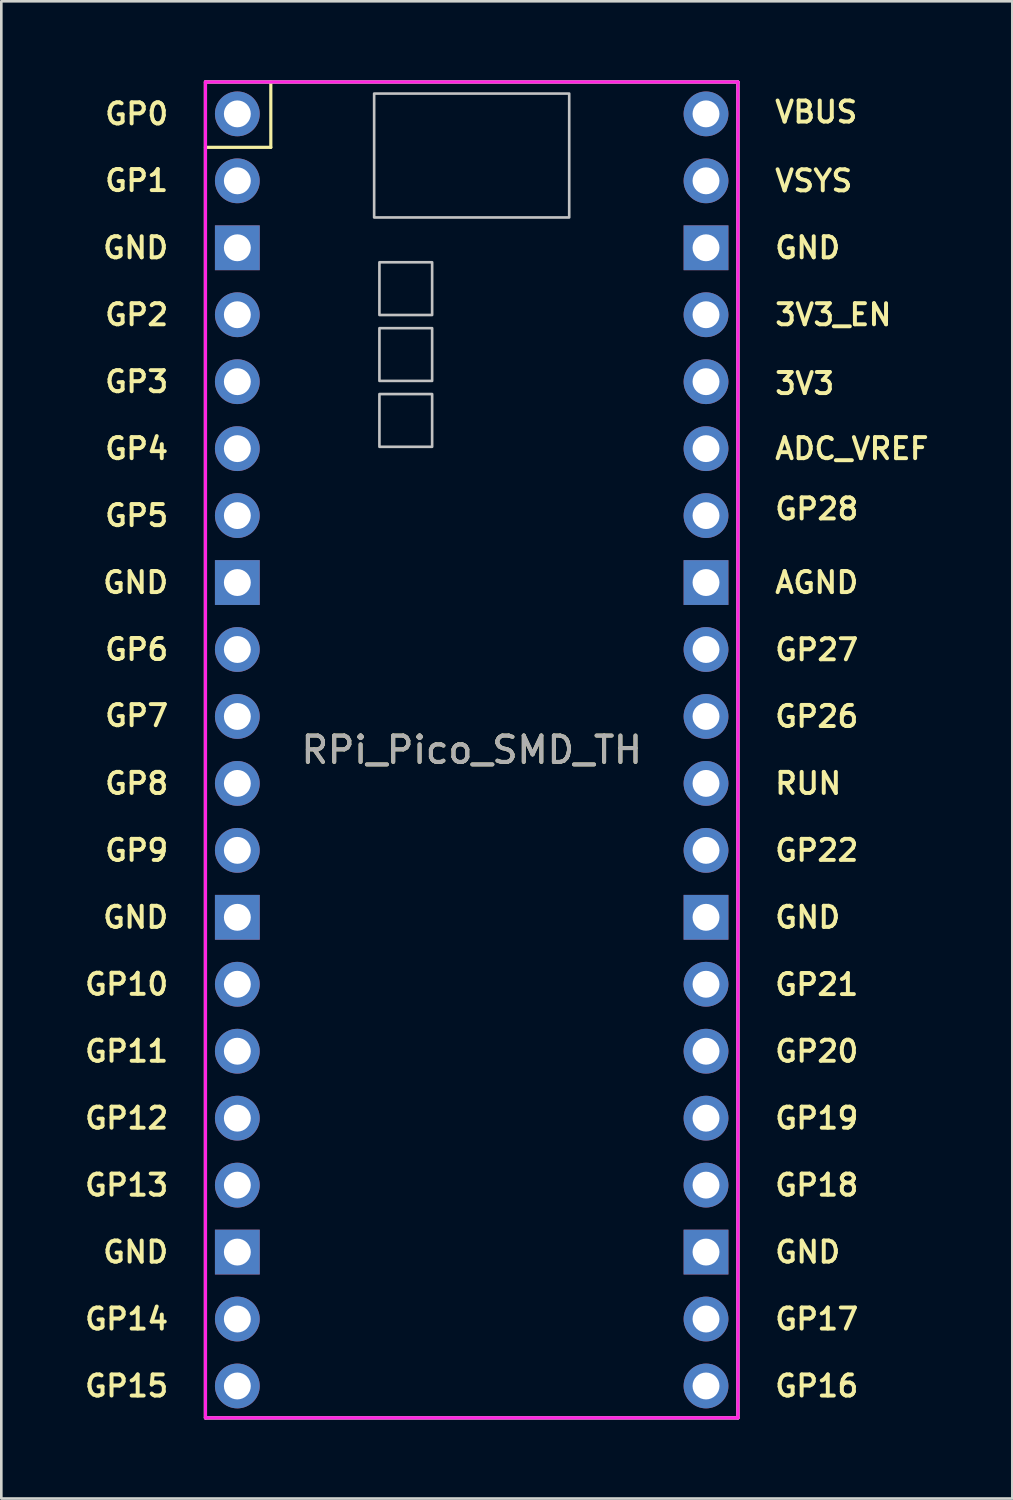
<source format=kicad_pcb>
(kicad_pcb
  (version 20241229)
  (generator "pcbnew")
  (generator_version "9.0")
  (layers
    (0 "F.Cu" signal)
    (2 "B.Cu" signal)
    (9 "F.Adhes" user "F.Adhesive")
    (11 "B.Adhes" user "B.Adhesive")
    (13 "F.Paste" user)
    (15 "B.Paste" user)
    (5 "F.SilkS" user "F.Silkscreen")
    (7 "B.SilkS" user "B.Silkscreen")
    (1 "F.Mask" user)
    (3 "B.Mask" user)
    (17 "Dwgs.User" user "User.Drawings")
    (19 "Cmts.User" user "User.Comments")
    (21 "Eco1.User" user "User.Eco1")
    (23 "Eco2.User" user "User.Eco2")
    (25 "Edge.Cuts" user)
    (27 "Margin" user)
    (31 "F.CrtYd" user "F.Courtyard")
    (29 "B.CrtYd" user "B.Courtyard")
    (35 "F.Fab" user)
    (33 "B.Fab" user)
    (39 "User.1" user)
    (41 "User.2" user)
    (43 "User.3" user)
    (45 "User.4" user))
  (footprint "RPi_Pico_SMD_TH"
    (layer "F.Cu")
    (at 14.844 25.4)
    (property "Reference" "RPi_Pico_SMD_TH" (at 0 0 0) (layer "F.SilkS") (effects (font (size 1 1) (thickness 0.15))))
    (attr through_hole)
    (fp_line (start -10.1 -25.34) (end -10.1 25.34) (stroke (width 0.12) (type solid)) (layer "F.SilkS"))
    (fp_line (start -10.1 -25.34) (end 10.1 -25.34) (stroke (width 0.12) (type solid)) (layer "F.SilkS"))
    (fp_line (start -10.1 -22.86) (end -7.62 -22.86) (stroke (width 0.12) (type solid)) (layer "F.SilkS"))
    (fp_line (start -7.62 -22.86) (end -7.62 -25.34) (stroke (width 0.12) (type solid)) (layer "F.SilkS"))
    (fp_line (start 10.1 -25.34) (end 10.1 25.34) (stroke (width 0.12) (type solid)) (layer "F.SilkS"))
    (fp_line (start 10.1 25.34) (end -10.1 25.34) (stroke (width 0.12) (type solid)) (layer "F.SilkS"))
    (fp_poly (pts (xy -1.5 -16.5) (xy -3.5 -16.5) (xy -3.5 -18.5) (xy -1.5 -18.5)) (stroke (width 0.1) (type solid)) (fill no) (layer "Dwgs.User"))
    (fp_poly (pts (xy -1.5 -14) (xy -3.5 -14) (xy -3.5 -16) (xy -1.5 -16)) (stroke (width 0.1) (type solid)) (fill no) (layer "Dwgs.User"))
    (fp_poly (pts (xy -1.5 -11.5) (xy -3.5 -11.5) (xy -3.5 -13.5) (xy -1.5 -13.5)) (stroke (width 0.1) (type solid)) (fill no) (layer "Dwgs.User"))
    (fp_poly (pts (xy 3.7 -20.2) (xy -3.7 -20.2) (xy -3.7 -24.9) (xy 3.7 -24.9)) (stroke (width 0.1) (type solid)) (fill no) (layer "Dwgs.User"))
    (fp_line (start -10.1 -25.34) (end 10.1 -25.34) (stroke (width 0.12) (type solid)) (layer "F.CrtYd"))
    (fp_line (start -10.1 25.34) (end -10.1 -25.34) (stroke (width 0.12) (type solid)) (layer "F.CrtYd"))
    (fp_line (start 10.1 -25.34) (end 10.1 25.34) (stroke (width 0.12) (type solid)) (layer "F.CrtYd"))
    (fp_line (start 10.1 25.34) (end -10.1 25.34) (stroke (width 0.12) (type solid)) (layer "F.CrtYd"))
    (fp_line (start -10.1 -25.34) (end 10.1 -25.34) (stroke (width 0.12) (type solid)) (layer "F.Fab"))
    (fp_line (start -10.1 25.34) (end -10.1 -25.34) (stroke (width 0.12) (type solid)) (layer "F.Fab"))
    (fp_line (start 10.1 -25.34) (end 10.1 25.34) (stroke (width 0.12) (type solid)) (layer "F.Fab"))
    (fp_line (start 10.1 25.34) (end -10.1 25.34) (stroke (width 0.12) (type solid)) (layer "F.Fab"))
    (fp_text user "GP2" (at -11.43 -16.51 0) (layer "F.SilkS") (effects (font (size 0.8 0.8) (thickness 0.15)) (justify right)))
    (fp_text user "GND" (at -11.43 19.05 0) (layer "F.SilkS") (effects (font (size 0.8 0.8) (thickness 0.15)) (justify right)))
    (fp_text user "GP16" (at 11.43 24.13 0) (layer "F.SilkS") (effects (font (size 0.8 0.8) (thickness 0.15)) (justify left)))
    (fp_text user "GP0" (at -11.43 -24.13 0) (layer "F.SilkS") (effects (font (size 0.8 0.8) (thickness 0.15)) (justify right)))
    (fp_text user "3V3_EN" (at 11.43 -16.51 0) (layer "F.SilkS") (effects (font (size 0.8 0.8) (thickness 0.15)) (justify left)))
    (fp_text user "GP4" (at -11.43 -11.43 0) (layer "F.SilkS") (effects (font (size 0.8 0.8) (thickness 0.15)) (justify right)))
    (fp_text user "VSYS" (at 11.43 -21.59 0) (layer "F.SilkS") (effects (font (size 0.8 0.8) (thickness 0.15)) (justify left)))
    (fp_text user "GND" (at -11.43 -6.35 0) (layer "F.SilkS") (effects (font (size 0.8 0.8) (thickness 0.15)) (justify right)))
    (fp_text user "GP9" (at -11.43 3.81 0) (layer "F.SilkS") (effects (font (size 0.8 0.8) (thickness 0.15)) (justify right)))
    (fp_text user "GP26" (at 11.43 -1.27 0) (layer "F.SilkS") (effects (font (size 0.8 0.8) (thickness 0.15)) (justify left)))
    (fp_text user "GP8" (at -11.43 1.27 0) (layer "F.SilkS") (effects (font (size 0.8 0.8) (thickness 0.15)) (justify right)))
    (fp_text user "VBUS" (at 11.43 -24.2 0) (layer "F.SilkS") (effects (font (size 0.8 0.8) (thickness 0.15)) (justify left)))
    (fp_text user "GP5" (at -11.43 -8.89 0) (layer "F.SilkS") (effects (font (size 0.8 0.8) (thickness 0.15)) (justify right)))
    (fp_text user "GP21" (at 11.43 8.9 0) (layer "F.SilkS") (effects (font (size 0.8 0.8) (thickness 0.15)) (justify left)))
    (fp_text user "GND" (at 11.43 6.35 0) (layer "F.SilkS") (effects (font (size 0.8 0.8) (thickness 0.15)) (justify left)))
    (fp_text user "GP20" (at 11.43 11.43 0) (layer "F.SilkS") (effects (font (size 0.8 0.8) (thickness 0.15)) (justify left)))
    (fp_text user "GP3" (at -11.43 -13.97 0) (layer "F.SilkS") (effects (font (size 0.8 0.8) (thickness 0.15)) (justify right)))
    (fp_text user "RUN" (at 11.43 1.27 0) (layer "F.SilkS") (effects (font (size 0.8 0.8) (thickness 0.15)) (justify left)))
    (fp_text user "ADC_VREF" (at 11.43 -11.43 0) (layer "F.SilkS") (effects (font (size 0.8 0.8) (thickness 0.15)) (justify left)))
    (fp_text user "GP11" (at -11.43 11.43 0) (layer "F.SilkS") (effects (font (size 0.8 0.8) (thickness 0.15)) (justify right)))
    (fp_text user "GP6" (at -11.43 -3.81 0) (layer "F.SilkS") (effects (font (size 0.8 0.8) (thickness 0.15)) (justify right)))
    (fp_text user "AGND" (at 11.43 -6.35 0) (layer "F.SilkS") (effects (font (size 0.8 0.8) (thickness 0.15)) (justify left)))
    (fp_text user "GP12" (at -11.43 13.97 0) (layer "F.SilkS") (effects (font (size 0.8 0.8) (thickness 0.15)) (justify right)))
    (fp_text user "GP1" (at -11.43 -21.6 0) (layer "F.SilkS") (effects (font (size 0.8 0.8) (thickness 0.15)) (justify right)))
    (fp_text user "GP7" (at -11.43 -1.3 0) (layer "F.SilkS") (effects (font (size 0.8 0.8) (thickness 0.15)) (justify right)))
    (fp_text user "GP28" (at 11.43 -9.144 0) (layer "F.SilkS") (effects (font (size 0.8 0.8) (thickness 0.15)) (justify left)))
    (fp_text user "GND" (at 11.43 -19.05 0) (layer "F.SilkS") (effects (font (size 0.8 0.8) (thickness 0.15)) (justify left)))
    (fp_text user "GP22" (at 11.43 3.81 0) (layer "F.SilkS") (effects (font (size 0.8 0.8) (thickness 0.15)) (justify left)))
    (fp_text user "GND" (at -11.43 6.35 0) (layer "F.SilkS") (effects (font (size 0.8 0.8) (thickness 0.15)) (justify right)))
    (fp_text user "GP19" (at 11.43 13.97 0) (layer "F.SilkS") (effects (font (size 0.8 0.8) (thickness 0.15)) (justify left)))
    (fp_text user "GND" (at -11.43 -19.05 0) (layer "F.SilkS") (effects (font (size 0.8 0.8) (thickness 0.15)) (justify right)))
    (fp_text user "GP10" (at -11.43 8.89 0) (layer "F.SilkS") (effects (font (size 0.8 0.8) (thickness 0.15)) (justify right)))
    (fp_text user "GP27" (at 11.43 -3.8 0) (layer "F.SilkS") (effects (font (size 0.8 0.8) (thickness 0.15)) (justify left)))
    (fp_text user "GP14" (at -11.43 21.59 0) (layer "F.SilkS") (effects (font (size 0.8 0.8) (thickness 0.15)) (justify right)))
    (fp_text user "GND" (at 11.43 19.05 0) (layer "F.SilkS") (effects (font (size 0.8 0.8) (thickness 0.15)) (justify left)))
    (fp_text user "GP13" (at -11.43 16.51 0) (layer "F.SilkS") (effects (font (size 0.8 0.8) (thickness 0.15)) (justify right)))
    (fp_text user "GP15" (at -11.43 24.13 0) (layer "F.SilkS") (effects (font (size 0.8 0.8) (thickness 0.15)) (justify right)))
    (fp_text user "GP17" (at 11.43 21.59 0) (layer "F.SilkS") (effects (font (size 0.8 0.8) (thickness 0.15)) (justify left)))
    (fp_text user "GP18" (at 11.43 16.51 0) (layer "F.SilkS") (effects (font (size 0.8 0.8) (thickness 0.15)) (justify left)))
    (fp_text user "3V3" (at 11.43 -13.9 0) (layer "F.SilkS") (effects (font (size 0.8 0.8) (thickness 0.15)) (justify left)))
    (fp_text user "${REFERENCE}" (at 0 0 180) (layer "F.Fab") (effects (font (size 1 1) (thickness 0.15))))
    (pad "1" thru_hole oval (at -8.89 -24.13) (size 1.7 1.7) (drill 1.02) (layers "*.Cu" "*.Mask"))
    (pad "2" thru_hole oval (at -8.89 -21.59) (size 1.7 1.7) (drill 1.02) (layers "*.Cu" "*.Mask"))
    (pad "3" thru_hole rect (at -8.89 -19.05) (size 1.7 1.7) (drill 1.02) (layers "*.Cu" "*.Mask"))
    (pad "4" thru_hole oval (at -8.89 -16.51) (size 1.7 1.7) (drill 1.02) (layers "*.Cu" "*.Mask"))
    (pad "5" thru_hole oval (at -8.89 -13.97) (size 1.7 1.7) (drill 1.02) (layers "*.Cu" "*.Mask"))
    (pad "6" thru_hole oval (at -8.89 -11.43) (size 1.7 1.7) (drill 1.02) (layers "*.Cu" "*.Mask"))
    (pad "7" thru_hole oval (at -8.89 -8.89) (size 1.7 1.7) (drill 1.02) (layers "*.Cu" "*.Mask"))
    (pad "8" thru_hole rect (at -8.89 -6.35) (size 1.7 1.7) (drill 1.02) (layers "*.Cu" "*.Mask"))
    (pad "9" thru_hole oval (at -8.89 -3.81) (size 1.7 1.7) (drill 1.02) (layers "*.Cu" "*.Mask"))
    (pad "10" thru_hole oval (at -8.89 -1.27) (size 1.7 1.7) (drill 1.02) (layers "*.Cu" "*.Mask"))
    (pad "11" thru_hole oval (at -8.89 1.27) (size 1.7 1.7) (drill 1.02) (layers "*.Cu" "*.Mask"))
    (pad "12" thru_hole oval (at -8.89 3.81) (size 1.7 1.7) (drill 1.02) (layers "*.Cu" "*.Mask"))
    (pad "13" thru_hole rect (at -8.89 6.35) (size 1.7 1.7) (drill 1.02) (layers "*.Cu" "*.Mask"))
    (pad "14" thru_hole oval (at -8.89 8.89) (size 1.7 1.7) (drill 1.02) (layers "*.Cu" "*.Mask"))
    (pad "15" thru_hole oval (at -8.89 11.43) (size 1.7 1.7) (drill 1.02) (layers "*.Cu" "*.Mask"))
    (pad "16" thru_hole oval (at -8.89 13.97) (size 1.7 1.7) (drill 1.02) (layers "*.Cu" "*.Mask"))
    (pad "17" thru_hole oval (at -8.89 16.51) (size 1.7 1.7) (drill 1.02) (layers "*.Cu" "*.Mask"))
    (pad "18" thru_hole rect (at -8.89 19.05) (size 1.7 1.7) (drill 1.02) (layers "*.Cu" "*.Mask"))
    (pad "19" thru_hole oval (at -8.89 21.59) (size 1.7 1.7) (drill 1.02) (layers "*.Cu" "*.Mask"))
    (pad "20" thru_hole oval (at -8.89 24.13) (size 1.7 1.7) (drill 1.02) (layers "*.Cu" "*.Mask"))
    (pad "21" thru_hole oval (at 8.89 24.13) (size 1.7 1.7) (drill 1.02) (layers "*.Cu" "*.Mask"))
    (pad "22" thru_hole oval (at 8.89 21.59) (size 1.7 1.7) (drill 1.02) (layers "*.Cu" "*.Mask"))
    (pad "23" thru_hole rect (at 8.89 19.05) (size 1.7 1.7) (drill 1.02) (layers "*.Cu" "*.Mask"))
    (pad "24" thru_hole oval (at 8.89 16.51) (size 1.7 1.7) (drill 1.02) (layers "*.Cu" "*.Mask"))
    (pad "25" thru_hole oval (at 8.89 13.97) (size 1.7 1.7) (drill 1.02) (layers "*.Cu" "*.Mask"))
    (pad "26" thru_hole oval (at 8.89 11.43) (size 1.7 1.7) (drill 1.02) (layers "*.Cu" "*.Mask"))
    (pad "27" thru_hole oval (at 8.89 8.89) (size 1.7 1.7) (drill 1.02) (layers "*.Cu" "*.Mask"))
    (pad "28" thru_hole rect (at 8.89 6.35) (size 1.7 1.7) (drill 1.02) (layers "*.Cu" "*.Mask"))
    (pad "29" thru_hole oval (at 8.89 3.81) (size 1.7 1.7) (drill 1.02) (layers "*.Cu" "*.Mask"))
    (pad "30" thru_hole oval (at 8.89 1.27) (size 1.7 1.7) (drill 1.02) (layers "*.Cu" "*.Mask"))
    (pad "31" thru_hole oval (at 8.89 -1.27) (size 1.7 1.7) (drill 1.02) (layers "*.Cu" "*.Mask"))
    (pad "32" thru_hole oval (at 8.89 -3.81) (size 1.7 1.7) (drill 1.02) (layers "*.Cu" "*.Mask"))
    (pad "33" thru_hole rect (at 8.89 -6.35) (size 1.7 1.7) (drill 1.02) (layers "*.Cu" "*.Mask"))
    (pad "34" thru_hole oval (at 8.89 -8.89) (size 1.7 1.7) (drill 1.02) (layers "*.Cu" "*.Mask"))
    (pad "35" thru_hole oval (at 8.89 -11.43) (size 1.7 1.7) (drill 1.02) (layers "*.Cu" "*.Mask"))
    (pad "36" thru_hole oval (at 8.89 -13.97) (size 1.7 1.7) (drill 1.02) (layers "*.Cu" "*.Mask"))
    (pad "37" thru_hole oval (at 8.89 -16.51) (size 1.7 1.7) (drill 1.02) (layers "*.Cu" "*.Mask"))
    (pad "38" thru_hole rect (at 8.89 -19.05) (size 1.7 1.7) (drill 1.02) (layers "*.Cu" "*.Mask"))
    (pad "39" thru_hole oval (at 8.89 -21.59) (size 1.7 1.7) (drill 1.02) (layers "*.Cu" "*.Mask"))
    (pad "40" thru_hole oval (at 8.89 -24.13) (size 1.7 1.7) (drill 1.02) (layers "*.Cu" "*.Mask")))
  (gr_rect
    (start -3 -3)
    (end 35.354 53.8)
    (stroke (width 0.1) (type default))
    (fill no)
    (layer "Edge.Cuts")))
</source>
